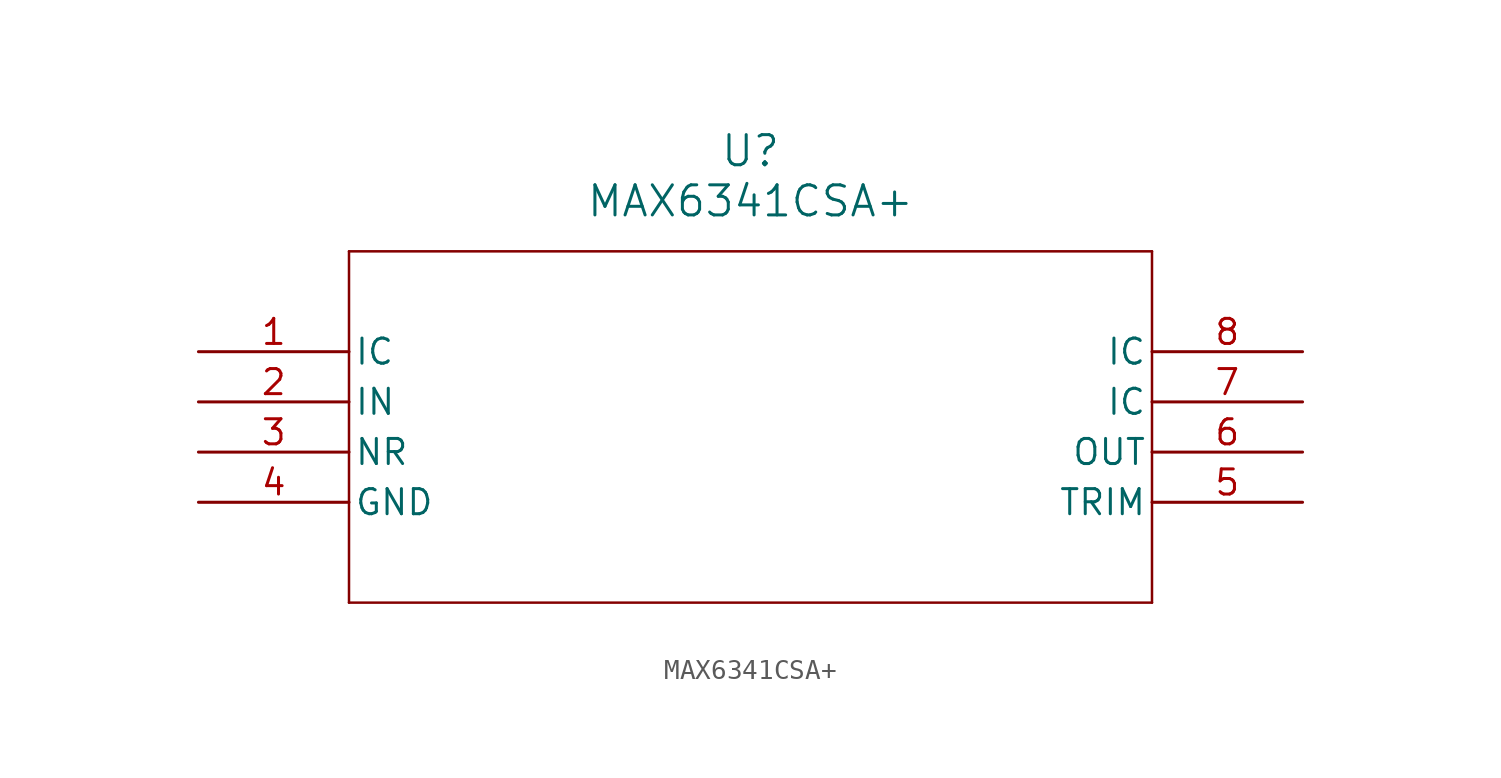
<source format=kicad_sym>
(kicad_symbol_lib
  (version 20211014)
  (generator kicad_symbol_editor)
  (symbol "MAX6341CSA+"
    (pin_names
      (offset 0.254))
    (property "Reference" "U"
      (at 27.94 10.16 0)
      (effects (font (size 1.524 1.524))))
    (property "Value" "MAX6341CSA+"
      (at 27.94 7.62 0)
      (effects (font (size 1.524 1.524))))
    (symbol "MAX6341CSA+_0_1"
      (polyline (pts (xy 7.62 5.08) (xy 7.62 -12.7)) (stroke (width 0.127) (type default) (color 0 0 0 0)) (fill (type none)))
      (polyline (pts (xy 7.62 -12.7) (xy 48.26 -12.7)) (stroke (width 0.127) (type default) (color 0 0 0 0)) (fill (type none)))
      (polyline (pts (xy 48.26 -12.7) (xy 48.26 5.08)) (stroke (width 0.127) (type default) (color 0 0 0 0)) (fill (type none)))
      (polyline (pts (xy 48.26 5.08) (xy 7.62 5.08)) (stroke (width 0.127) (type default) (color 0 0 0 0)) (fill (type none)))
      (pin unspecified line (at 0 0 0) (length 7.62) (name "IC" (effects (font (size 1.27 1.27)))) (number "1" (effects (font (size 1.27 1.27)))))
      (pin input line (at 0 -2.54 0) (length 7.62) (name "IN" (effects (font (size 1.27 1.27)))) (number "2" (effects (font (size 1.27 1.27)))))
      (pin unspecified line (at 0 -5.08 0) (length 7.62) (name "NR" (effects (font (size 1.27 1.27)))) (number "3" (effects (font (size 1.27 1.27)))))
      (pin power_in line (at 0 -7.62 0) (length 7.62) (name "GND" (effects (font (size 1.27 1.27)))) (number "4" (effects (font (size 1.27 1.27)))))
      (pin input line (at 55.88 -7.62 180) (length 7.62) (name "TRIM" (effects (font (size 1.27 1.27)))) (number "5" (effects (font (size 1.27 1.27)))))
      (pin output line (at 55.88 -5.08 180) (length 7.62) (name "OUT" (effects (font (size 1.27 1.27)))) (number "6" (effects (font (size 1.27 1.27)))))
      (pin unspecified line (at 55.88 -2.54 180) (length 7.62) (name "IC" (effects (font (size 1.27 1.27)))) (number "7" (effects (font (size 1.27 1.27)))))
      (pin unspecified line (at 55.88 0 180) (length 7.62) (name "IC" (effects (font (size 1.27 1.27)))) (number "8" (effects (font (size 1.27 1.27))))))))
</source>
